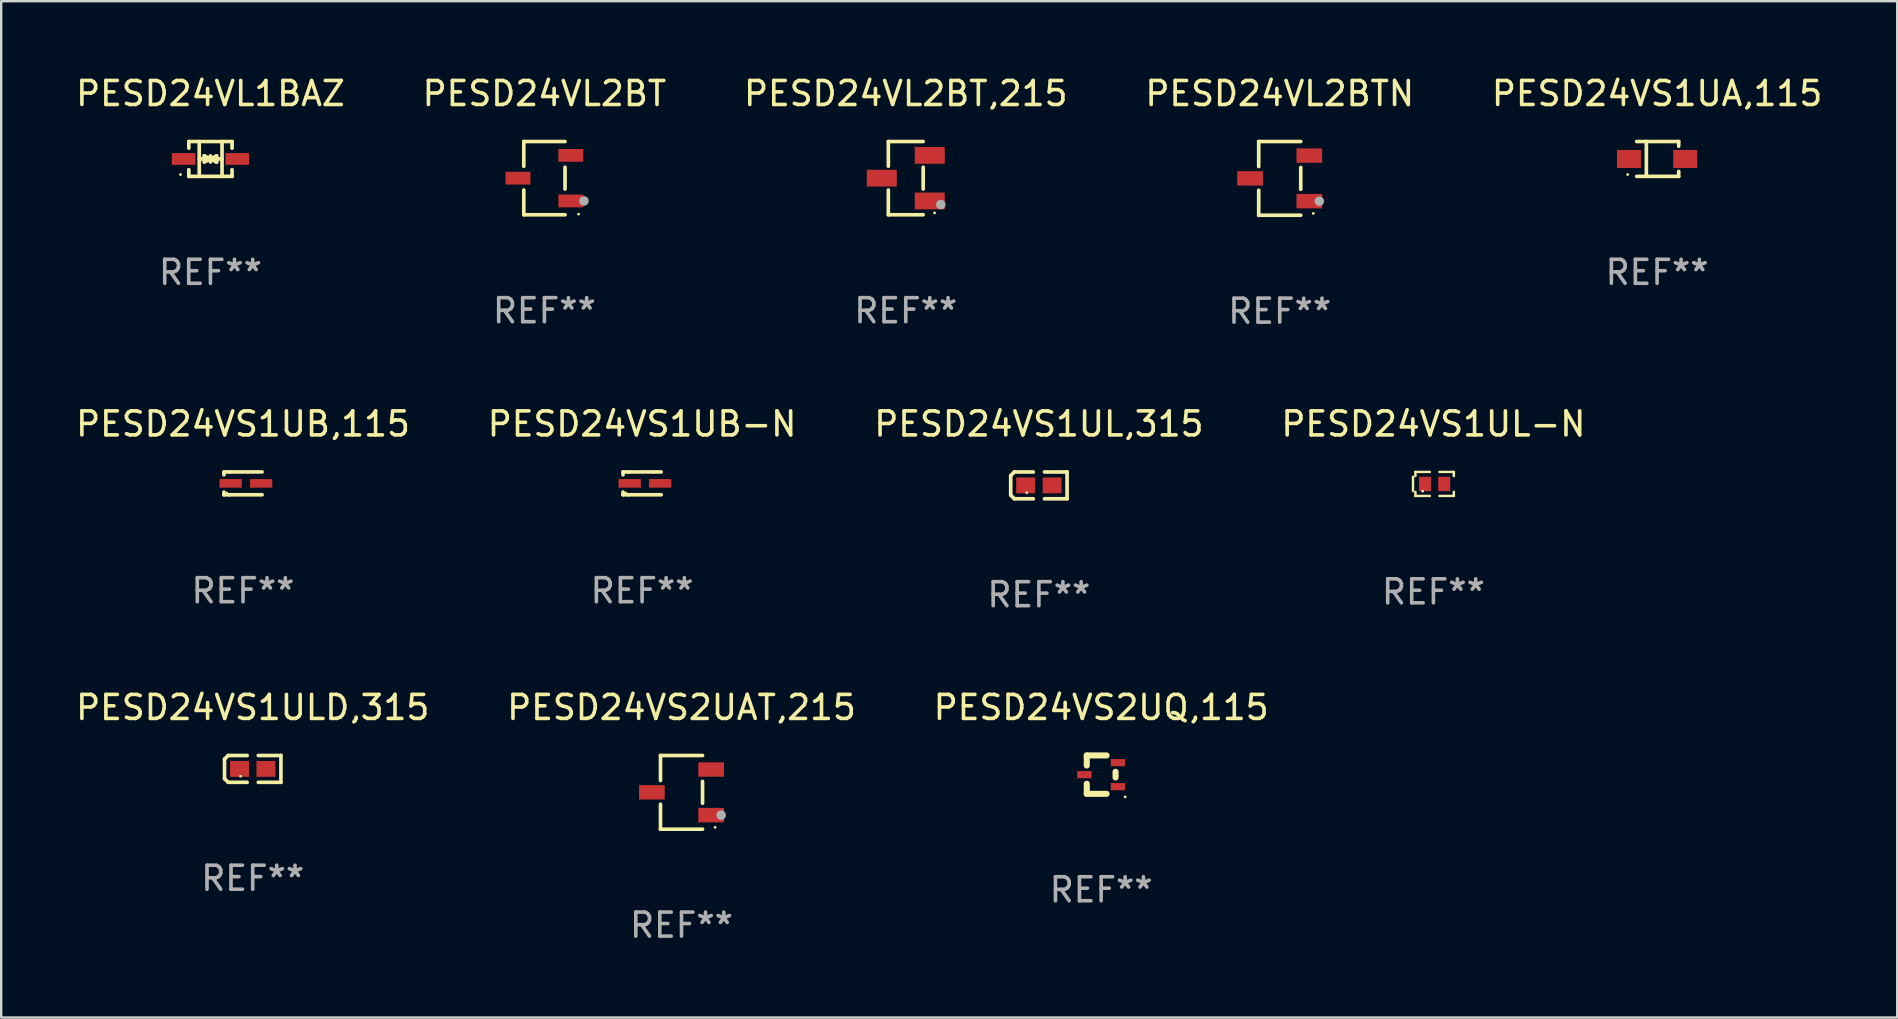
<source format=kicad_pcb>
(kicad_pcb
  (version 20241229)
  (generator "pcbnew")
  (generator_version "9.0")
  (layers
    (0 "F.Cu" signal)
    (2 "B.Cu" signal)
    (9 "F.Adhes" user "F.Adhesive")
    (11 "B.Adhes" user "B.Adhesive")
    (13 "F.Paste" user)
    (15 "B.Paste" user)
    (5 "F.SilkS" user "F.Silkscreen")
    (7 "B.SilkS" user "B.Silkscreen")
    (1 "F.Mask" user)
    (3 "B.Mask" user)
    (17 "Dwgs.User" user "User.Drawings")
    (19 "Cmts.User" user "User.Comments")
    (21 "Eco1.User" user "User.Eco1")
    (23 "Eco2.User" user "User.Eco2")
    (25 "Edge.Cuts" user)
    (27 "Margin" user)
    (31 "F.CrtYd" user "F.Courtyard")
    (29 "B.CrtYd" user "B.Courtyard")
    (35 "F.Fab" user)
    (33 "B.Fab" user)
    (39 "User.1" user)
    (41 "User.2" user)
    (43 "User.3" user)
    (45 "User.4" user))
  (footprint "PESD24VL2BTN"
    (layer "F.Cu")
    (at 50.28 4.384)
    (property "Reference" "PESD24VL2BTN" (at 0 -3.536 0) (layer "F.SilkS") (effects (font (size 1 1) (thickness 0.15))))
    (attr through_hole)
    (fp_line (start -0.876 -1.536) (end -0.876 -0.495) (stroke (width 0.152) (type solid)) (layer "F.SilkS"))
    (fp_line (start -0.876 1.536) (end -0.876 0.495) (stroke (width 0.152) (type solid)) (layer "F.SilkS"))
    (fp_line (start 0.876 -1.536) (end -0.876 -1.536) (stroke (width 0.152) (type solid)) (layer "F.SilkS"))
    (fp_line (start 0.876 -0.455) (end 0.876 0.455) (stroke (width 0.152) (type solid)) (layer "F.SilkS"))
    (fp_line (start 0.876 1.536) (end -0.876 1.536) (stroke (width 0.152) (type solid)) (layer "F.SilkS"))
    (fp_circle (center 1.4 1.46) (end 1.43 1.46) (stroke (width 0.06) (type solid)) (fill no) (layer "F.SilkS"))
    (fp_circle (center 1.651 0.95) (end 1.751 0.95) (stroke (width 0.2) (type solid)) (fill no) (layer "F.Fab"))
    (fp_text user "REF**" (at 0 5.536 0) (layer "F.Fab") (effects (font (size 1 1) (thickness 0.15))))
    (pad "1" smd rect (at 1.235 0.95) (size 1.07 0.6) (layers "F.Cu" "F.Mask" "F.Paste"))
    (pad "2" smd rect (at 1.235 -0.95) (size 1.07 0.6) (layers "F.Cu" "F.Mask" "F.Paste"))
    (pad "3" smd rect (at -1.235 0) (size 1.07 0.6) (layers "F.Cu" "F.Mask" "F.Paste")))
  (footprint "PESD24VL2BT"
    (layer "F.Cu")
    (at 19.637 4.374)
    (property "Reference" "PESD24VL2BT" (at 0 -3.526 0) (layer "F.SilkS") (effects (font (size 1 1) (thickness 0.15))))
    (attr through_hole)
    (fp_line (start -0.859 -1.526) (end -0.859 -0.495) (stroke (width 0.152) (type solid)) (layer "F.SilkS"))
    (fp_line (start -0.859 1.526) (end -0.859 0.495) (stroke (width 0.152) (type solid)) (layer "F.SilkS"))
    (fp_line (start 0.859 -1.526) (end -0.859 -1.526) (stroke (width 0.152) (type solid)) (layer "F.SilkS"))
    (fp_line (start 0.859 -0.455) (end 0.859 0.455) (stroke (width 0.152) (type solid)) (layer "F.SilkS"))
    (fp_line (start 0.859 1.526) (end -0.859 1.526) (stroke (width 0.152) (type solid)) (layer "F.SilkS"))
    (fp_circle (center 1.425 1.5) (end 1.455 1.5) (stroke (width 0.06) (type solid)) (fill no) (layer "F.SilkS"))
    (fp_circle (center 1.65 0.95) (end 1.75 0.95) (stroke (width 0.2) (type solid)) (fill no) (layer "F.Fab"))
    (fp_text user "REF**" (at 0 5.526 0) (layer "F.Fab") (effects (font (size 1 1) (thickness 0.15))))
    (pad "1" smd rect (at 1.101 0.95) (size 1.037 0.532) (layers "F.Cu" "F.Mask" "F.Paste"))
    (pad "2" smd rect (at 1.101 -0.95) (size 1.037 0.532) (layers "F.Cu" "F.Mask" "F.Paste"))
    (pad "3" smd rect (at -1.101 0) (size 1.037 0.532) (layers "F.Cu" "F.Mask" "F.Paste")))
  (footprint "PESD24VS1ULD,315"
    (layer "F.Cu")
    (at 7.482 28.992)
    (property "Reference" "PESD24VS1ULD,315" (at 0 -2.559 0) (layer "F.SilkS") (effects (font (size 1 1) (thickness 0.15))))
    (attr through_hole)
    (fp_line (start -1.175 -0.407) (end -1.023 -0.559) (stroke (width 0.152) (type solid)) (layer "F.SilkS"))
    (fp_line (start -1.175 0.407) (end -1.175 -0.407) (stroke (width 0.152) (type solid)) (layer "F.SilkS"))
    (fp_line (start -1.023 -0.559) (end -0.232 -0.559) (stroke (width 0.152) (type solid)) (layer "F.SilkS"))
    (fp_line (start -1.023 0.559) (end -1.175 0.407) (stroke (width 0.152) (type solid)) (layer "F.SilkS"))
    (fp_line (start -0.232 0.559) (end -1.023 0.559) (stroke (width 0.152) (type solid)) (layer "F.SilkS"))
    (fp_line (start 0.232 0.559) (end 1.175 0.559) (stroke (width 0.152) (type solid)) (layer "F.SilkS"))
    (fp_line (start 1.175 -0.559) (end 0.232 -0.559) (stroke (width 0.152) (type solid)) (layer "F.SilkS"))
    (fp_line (start 1.175 0.559) (end 1.175 -0.559) (stroke (width 0.152) (type solid)) (layer "F.SilkS"))
    (fp_circle (center -0.506 0.306) (end -0.476 0.306) (stroke (width 0.06) (type solid)) (fill no) (layer "F.SilkS"))
    (fp_text user "REF**" (at 0 4.559 0) (layer "F.Fab") (effects (font (size 1 1) (thickness 0.15))))
    (pad "1" smd rect (at -0.551 0) (size 0.79 0.661) (layers "F.Cu" "F.Mask" "F.Paste"))
    (pad "2" smd rect (at 0.551 0) (size 0.79 0.661) (layers "F.Cu" "F.Mask" "F.Paste")))
  (footprint "PESD24VS1UA,115"
    (layer "F.Cu")
    (at 66.006 3.574)
    (property "Reference" "PESD24VS1UA,115" (at 0 -2.726 0) (layer "F.SilkS") (effects (font (size 1 1) (thickness 0.15))))
    (attr through_hole)
    (fp_line (start -0.851 -0.726) (end 0.901 -0.726) (stroke (width 0.152) (type solid)) (layer "F.SilkS"))
    (fp_line (start -0.851 0.726) (end 0.901 0.726) (stroke (width 0.152) (type solid)) (layer "F.SilkS"))
    (fp_line (start -0.447 -0.726) (end -0.447 0.726) (stroke (width 0.152) (type solid)) (layer "F.SilkS"))
    (fp_line (start 0.901 -0.726) (end 0.901 -0.53) (stroke (width 0.152) (type solid)) (layer "F.SilkS"))
    (fp_line (start 0.901 0.726) (end 0.901 0.52) (stroke (width 0.152) (type solid)) (layer "F.SilkS"))
    (fp_circle (center -1.225 0.65) (end -1.195 0.65) (stroke (width 0.06) (type solid)) (fill no) (layer "F.SilkS"))
    (fp_text user "REF**" (at 0 4.726 0) (layer "F.Fab") (effects (font (size 1 1) (thickness 0.15))))
    (pad "1" smd rect (at -1.173 0) (size 1 0.75) (layers "F.Cu" "F.Mask" "F.Paste"))
    (pad "2" smd rect (at 1.173 0) (size 1 0.75) (layers "F.Cu" "F.Mask" "F.Paste")))
  (footprint "PESD24VS1UL,315"
    (layer "F.Cu")
    (at 40.244 17.177)
    (property "Reference" "PESD24VS1UL,315" (at 0 -2.559 0) (layer "F.SilkS") (effects (font (size 1 1) (thickness 0.15))))
    (attr through_hole)
    (fp_line (start -1.175 -0.407) (end -1.023 -0.559) (stroke (width 0.152) (type solid)) (layer "F.SilkS"))
    (fp_line (start -1.175 0.407) (end -1.175 -0.407) (stroke (width 0.152) (type solid)) (layer "F.SilkS"))
    (fp_line (start -1.023 -0.559) (end -0.232 -0.559) (stroke (width 0.152) (type solid)) (layer "F.SilkS"))
    (fp_line (start -1.023 0.559) (end -1.175 0.407) (stroke (width 0.152) (type solid)) (layer "F.SilkS"))
    (fp_line (start -0.232 0.559) (end -1.023 0.559) (stroke (width 0.152) (type solid)) (layer "F.SilkS"))
    (fp_line (start 0.232 0.559) (end 1.175 0.559) (stroke (width 0.152) (type solid)) (layer "F.SilkS"))
    (fp_line (start 1.175 -0.559) (end 0.232 -0.559) (stroke (width 0.152) (type solid)) (layer "F.SilkS"))
    (fp_line (start 1.175 0.559) (end 1.175 -0.559) (stroke (width 0.152) (type solid)) (layer "F.SilkS"))
    (fp_circle (center -0.506 0.306) (end -0.476 0.306) (stroke (width 0.06) (type solid)) (fill no) (layer "F.SilkS"))
    (fp_text user "REF**" (at 0 4.559 0) (layer "F.Fab") (effects (font (size 1 1) (thickness 0.15))))
    (pad "1" smd rect (at -0.551 0) (size 0.79 0.661) (layers "F.Cu" "F.Mask" "F.Paste"))
    (pad "2" smd rect (at 0.551 0) (size 0.79 0.661) (layers "F.Cu" "F.Mask" "F.Paste")))
  (footprint "PESD24VS1UB,115"
    (layer "F.Cu")
    (at 7.077 17.093)
    (property "Reference" "PESD24VS1UB,115" (at 0 -2.476 0) (layer "F.SilkS") (effects (font (size 1 1) (thickness 0.15))))
    (attr through_hole)
    (fp_line (start -0.795 -0.476) (end -0.795 -0.356) (stroke (width 0.152) (type solid)) (layer "F.SilkS"))
    (fp_line (start -0.795 0.363) (end -0.795 0.476) (stroke (width 0.152) (type solid)) (layer "F.SilkS"))
    (fp_line (start -0.795 0.476) (end -0.557 0.476) (stroke (width 0.152) (type solid)) (layer "F.SilkS"))
    (fp_line (start -0.557 -0.476) (end -0.795 -0.476) (stroke (width 0.152) (type solid)) (layer "F.SilkS"))
    (fp_line (start -0.557 -0.476) (end 0.795 -0.476) (stroke (width 0.152) (type solid)) (layer "F.SilkS"))
    (fp_line (start -0.557 0.476) (end 0.795 0.476) (stroke (width 0.152) (type solid)) (layer "F.SilkS"))
    (fp_circle (center -0.681 0.4) (end -0.651 0.4) (stroke (width 0.06) (type solid)) (fill no) (layer "F.SilkS"))
    (fp_text user "REF**" (at 0 4.476 0) (layer "F.Fab") (effects (font (size 1 1) (thickness 0.15))))
    (pad "1" smd rect (at -0.516 0 180) (size 0.93 0.36) (layers "F.Cu" "F.Mask" "F.Paste"))
    (pad "2" smd rect (at 0.754 0 180) (size 0.93 0.36) (layers "F.Cu" "F.Mask" "F.Paste")))
  (footprint "PESD24VL1BAZ"
    (layer "F.Cu")
    (at 5.72 3.574)
    (property "Reference" "PESD24VL1BAZ" (at 0 -2.726 0) (layer "F.SilkS") (effects (font (size 1 1) (thickness 0.15))))
    (attr through_hole)
    (fp_line (start -0.901 -0.726) (end -0.901 -0.448) (stroke (width 0.152) (type solid)) (layer "F.SilkS"))
    (fp_line (start -0.901 0.726) (end -0.901 0.448) (stroke (width 0.152) (type solid)) (layer "F.SilkS"))
    (fp_line (start -0.467 0) (end 0.483 -0.003) (stroke (width 0.154) (type solid)) (layer "F.SilkS"))
    (fp_line (start -0.467 0.726) (end -0.467 -0.726) (stroke (width 0.152) (type solid)) (layer "F.SilkS"))
    (fp_line (start -0.254 -0.127) (end -0.254 -0.127) (stroke (width 0.154) (type solid)) (layer "F.SilkS"))
    (fp_line (start -0.254 -0.127) (end -0.002 -0.003) (stroke (width 0.154) (type solid)) (layer "F.SilkS"))
    (fp_line (start -0.254 0.127) (end -0.254 -0.127) (stroke (width 0.154) (type solid)) (layer "F.SilkS"))
    (fp_line (start -0.127 0) (end 0.003 0) (stroke (width 0.154) (type solid)) (layer "F.SilkS"))
    (fp_line (start -0.003 0) (end -0.254 0.127) (stroke (width 0.154) (type solid)) (layer "F.SilkS"))
    (fp_line (start 0 -0.127) (end 0 0.127) (stroke (width 0.154) (type solid)) (layer "F.SilkS"))
    (fp_line (start 0.003 0) (end 0.254 -0.127) (stroke (width 0.154) (type solid)) (layer "F.SilkS"))
    (fp_line (start 0.127 0) (end -0.003 0) (stroke (width 0.154) (type solid)) (layer "F.SilkS"))
    (fp_line (start 0.254 -0.127) (end 0.254 0.127) (stroke (width 0.154) (type solid)) (layer "F.SilkS"))
    (fp_line (start 0.254 0.127) (end 0.002 0.003) (stroke (width 0.154) (type solid)) (layer "F.SilkS"))
    (fp_line (start 0.254 0.127) (end 0.254 0.127) (stroke (width 0.154) (type solid)) (layer "F.SilkS"))
    (fp_line (start 0.483 0.726) (end 0.483 -0.726) (stroke (width 0.152) (type solid)) (layer "F.SilkS"))
    (fp_line (start 0.901 -0.726) (end -0.901 -0.726) (stroke (width 0.152) (type solid)) (layer "F.SilkS"))
    (fp_line (start 0.901 -0.726) (end 0.901 -0.448) (stroke (width 0.152) (type solid)) (layer "F.SilkS"))
    (fp_line (start 0.901 0.726) (end -0.901 0.726) (stroke (width 0.152) (type solid)) (layer "F.SilkS"))
    (fp_line (start 0.901 0.726) (end 0.901 0.448) (stroke (width 0.152) (type solid)) (layer "F.SilkS"))
    (fp_circle (center -1.25 0.65) (end -1.22 0.65) (stroke (width 0.06) (type solid)) (fill no) (layer "F.SilkS"))
    (fp_text user "REF**" (at 0 4.726 0) (layer "F.Fab") (effects (font (size 1 1) (thickness 0.15))))
    (pad "1" smd rect (at -1.118 0) (size 0.985 0.49) (layers "F.Cu" "F.Mask" "F.Paste"))
    (pad "2" smd rect (at 1.118 0) (size 0.985 0.49) (layers "F.Cu" "F.Mask" "F.Paste")))
  (footprint "PESD24VS1UB-N"
    (layer "F.Cu")
    (at 23.708 17.093)
    (property "Reference" "PESD24VS1UB-N" (at 0 -2.476 0) (layer "F.SilkS") (effects (font (size 1 1) (thickness 0.15))))
    (attr through_hole)
    (fp_line (start -0.795 -0.476) (end -0.795 -0.356) (stroke (width 0.152) (type solid)) (layer "F.SilkS"))
    (fp_line (start -0.795 0.363) (end -0.795 0.476) (stroke (width 0.152) (type solid)) (layer "F.SilkS"))
    (fp_line (start -0.795 0.476) (end -0.557 0.476) (stroke (width 0.152) (type solid)) (layer "F.SilkS"))
    (fp_line (start -0.557 -0.476) (end -0.795 -0.476) (stroke (width 0.152) (type solid)) (layer "F.SilkS"))
    (fp_line (start -0.557 -0.476) (end 0.795 -0.476) (stroke (width 0.152) (type solid)) (layer "F.SilkS"))
    (fp_line (start -0.557 0.476) (end 0.795 0.476) (stroke (width 0.152) (type solid)) (layer "F.SilkS"))
    (fp_circle (center -0.681 0.4) (end -0.651 0.4) (stroke (width 0.06) (type solid)) (fill no) (layer "F.SilkS"))
    (fp_text user "REF**" (at 0 4.476 0) (layer "F.Fab") (effects (font (size 1 1) (thickness 0.15))))
    (pad "1" smd rect (at -0.516 0 180) (size 0.93 0.36) (layers "F.Cu" "F.Mask" "F.Paste"))
    (pad "2" smd rect (at 0.754 0 180) (size 0.93 0.36) (layers "F.Cu" "F.Mask" "F.Paste")))
  (footprint "PESD24VS1UL-N"
    (layer "F.Cu")
    (at 56.685 17.117)
    (property "Reference" "PESD24VS1UL-N" (at 0 -2.5 0) (layer "F.SilkS") (effects (font (size 1 1) (thickness 0.15))))
    (attr through_hole)
    (fp_line (start -0.85 -0.3) (end -0.85 0.3) (stroke (width 0.102) (type solid)) (layer "F.SilkS"))
    (fp_line (start -0.75 -0.5) (end -0.75 -0.329) (stroke (width 0.102) (type solid)) (layer "F.SilkS"))
    (fp_line (start -0.75 0.329) (end -0.75 0.5) (stroke (width 0.102) (type solid)) (layer "F.SilkS"))
    (fp_line (start -0.75 0.5) (end -0.15 0.5) (stroke (width 0.102) (type solid)) (layer "F.SilkS"))
    (fp_line (start -0.15 -0.5) (end -0.75 -0.5) (stroke (width 0.102) (type solid)) (layer "F.SilkS"))
    (fp_line (start 0.25 -0.5) (end 0.85 -0.5) (stroke (width 0.102) (type solid)) (layer "F.SilkS"))
    (fp_line (start 0.85 -0.5) (end 0.85 -0.33) (stroke (width 0.102) (type solid)) (layer "F.SilkS"))
    (fp_line (start 0.85 0.33) (end 0.85 0.5) (stroke (width 0.102) (type solid)) (layer "F.SilkS"))
    (fp_line (start 0.85 0.5) (end 0.25 0.5) (stroke (width 0.102) (type solid)) (layer "F.SilkS"))
    (fp_circle (center -0.45 0.3) (end -0.42 0.3) (stroke (width 0.06) (type solid)) (fill no) (layer "F.SilkS"))
    (fp_text user "REF**" (at 0 4.5 0) (layer "F.Fab") (effects (font (size 1 1) (thickness 0.15))))
    (pad "1" smd rect (at -0.35 0) (size 0.5 0.6) (layers "F.Cu" "F.Mask" "F.Paste"))
    (pad "2" smd rect (at 0.45 0) (size 0.5 0.6) (layers "F.Cu" "F.Mask" "F.Paste")))
  (footprint "PESD24VS2UQ,115"
    (layer "F.Cu")
    (at 42.839 29.232)
    (property "Reference" "PESD24VS2UQ,115" (at 0 -2.8 0) (layer "F.SilkS") (effects (font (size 1 1) (thickness 0.15))))
    (attr through_hole)
    (fp_line (start -0.6 -0.8) (end -0.6 -0.381) (stroke (width 0.254) (type solid)) (layer "F.SilkS"))
    (fp_line (start -0.6 -0.8) (end 0.225 -0.8) (stroke (width 0.254) (type solid)) (layer "F.SilkS"))
    (fp_line (start -0.6 0.381) (end -0.6 0.8) (stroke (width 0.254) (type solid)) (layer "F.SilkS"))
    (fp_line (start -0.6 0.8) (end 0.225 0.8) (stroke (width 0.254) (type solid)) (layer "F.SilkS"))
    (fp_line (start 0.6 -0.119) (end 0.6 0.119) (stroke (width 0.254) (type solid)) (layer "F.SilkS"))
    (fp_circle (center 1 0.927) (end 1.03 0.927) (stroke (width 0.06) (type solid)) (fill no) (layer "F.SilkS"))
    (fp_text user "REF**" (at 0 4.8 0) (layer "F.Fab") (effects (font (size 1 1) (thickness 0.15))))
    (pad "1" smd rect (at 0.7 0.5 180) (size 0.6 0.3) (layers "F.Cu" "F.Mask" "F.Paste"))
    (pad "2" smd rect (at 0.7 -0.5 180) (size 0.6 0.3) (layers "F.Cu" "F.Mask" "F.Paste"))
    (pad "3" smd rect (at -0.7 -0.000051 180) (size 0.6 0.3) (layers "F.Cu" "F.Mask" "F.Paste")))
  (footprint "PESD24VS2UAT,215"
    (layer "F.Cu")
    (at 25.351 29.969)
    (property "Reference" "PESD24VS2UAT,215" (at 0 -3.536 0) (layer "F.SilkS") (effects (font (size 1 1) (thickness 0.15))))
    (attr through_hole)
    (fp_line (start -0.876 -1.536) (end -0.876 -0.495) (stroke (width 0.152) (type solid)) (layer "F.SilkS"))
    (fp_line (start -0.876 1.536) (end -0.876 0.495) (stroke (width 0.152) (type solid)) (layer "F.SilkS"))
    (fp_line (start 0.876 -1.536) (end -0.876 -1.536) (stroke (width 0.152) (type solid)) (layer "F.SilkS"))
    (fp_line (start 0.876 -0.455) (end 0.876 0.455) (stroke (width 0.152) (type solid)) (layer "F.SilkS"))
    (fp_line (start 0.876 1.536) (end -0.876 1.536) (stroke (width 0.152) (type solid)) (layer "F.SilkS"))
    (fp_circle (center 1.4 1.46) (end 1.43 1.46) (stroke (width 0.06) (type solid)) (fill no) (layer "F.SilkS"))
    (fp_circle (center 1.651 0.95) (end 1.751 0.95) (stroke (width 0.2) (type solid)) (fill no) (layer "F.Fab"))
    (fp_text user "REF**" (at 0 5.536 0) (layer "F.Fab") (effects (font (size 1 1) (thickness 0.15))))
    (pad "1" smd rect (at 1.235 0.95) (size 1.07 0.6) (layers "F.Cu" "F.Mask" "F.Paste"))
    (pad "2" smd rect (at 1.235 -0.95) (size 1.07 0.6) (layers "F.Cu" "F.Mask" "F.Paste"))
    (pad "3" smd rect (at -1.235 0) (size 1.07 0.6) (layers "F.Cu" "F.Mask" "F.Paste")))
  (footprint "PESD24VL2BT,215"
    (layer "F.Cu")
    (at 34.696 4.374)
    (property "Reference" "PESD24VL2BT,215" (at 0 -3.526 0) (layer "F.SilkS") (effects (font (size 1 1) (thickness 0.15))))
    (attr through_hole)
    (fp_line (start -0.726 -1.526) (end -0.726 -0.495) (stroke (width 0.152) (type solid)) (layer "F.SilkS"))
    (fp_line (start -0.726 1.526) (end -0.726 0.495) (stroke (width 0.152) (type solid)) (layer "F.SilkS"))
    (fp_line (start 0.726 -1.526) (end -0.726 -1.526) (stroke (width 0.152) (type solid)) (layer "F.SilkS"))
    (fp_line (start 0.726 -0.455) (end 0.726 0.455) (stroke (width 0.152) (type solid)) (layer "F.SilkS"))
    (fp_line (start 0.726 1.526) (end -0.726 1.526) (stroke (width 0.152) (type solid)) (layer "F.SilkS"))
    (fp_circle (center 1.2 1.45) (end 1.23 1.45) (stroke (width 0.06) (type solid)) (fill no) (layer "F.SilkS"))
    (fp_circle (center 1.46 1.1) (end 1.56 1.1) (stroke (width 0.2) (type solid)) (fill no) (layer "F.Fab"))
    (fp_text user "REF**" (at 0 5.526 0) (layer "F.Fab") (effects (font (size 1 1) (thickness 0.15))))
    (pad "1" smd rect (at 1 0.95) (size 1.25 0.7) (layers "F.Cu" "F.Mask" "F.Paste"))
    (pad "2" smd rect (at 1 -0.95) (size 1.25 0.7) (layers "F.Cu" "F.Mask" "F.Paste"))
    (pad "3" smd rect (at -1 0) (size 1.25 0.7) (layers "F.Cu" "F.Mask" "F.Paste")))
  (gr_rect
    (start -3 -3)
    (end 76.012 39.353)
    (stroke (width 0.1) (type default))
    (fill no)
    (layer "Edge.Cuts")))
</source>
